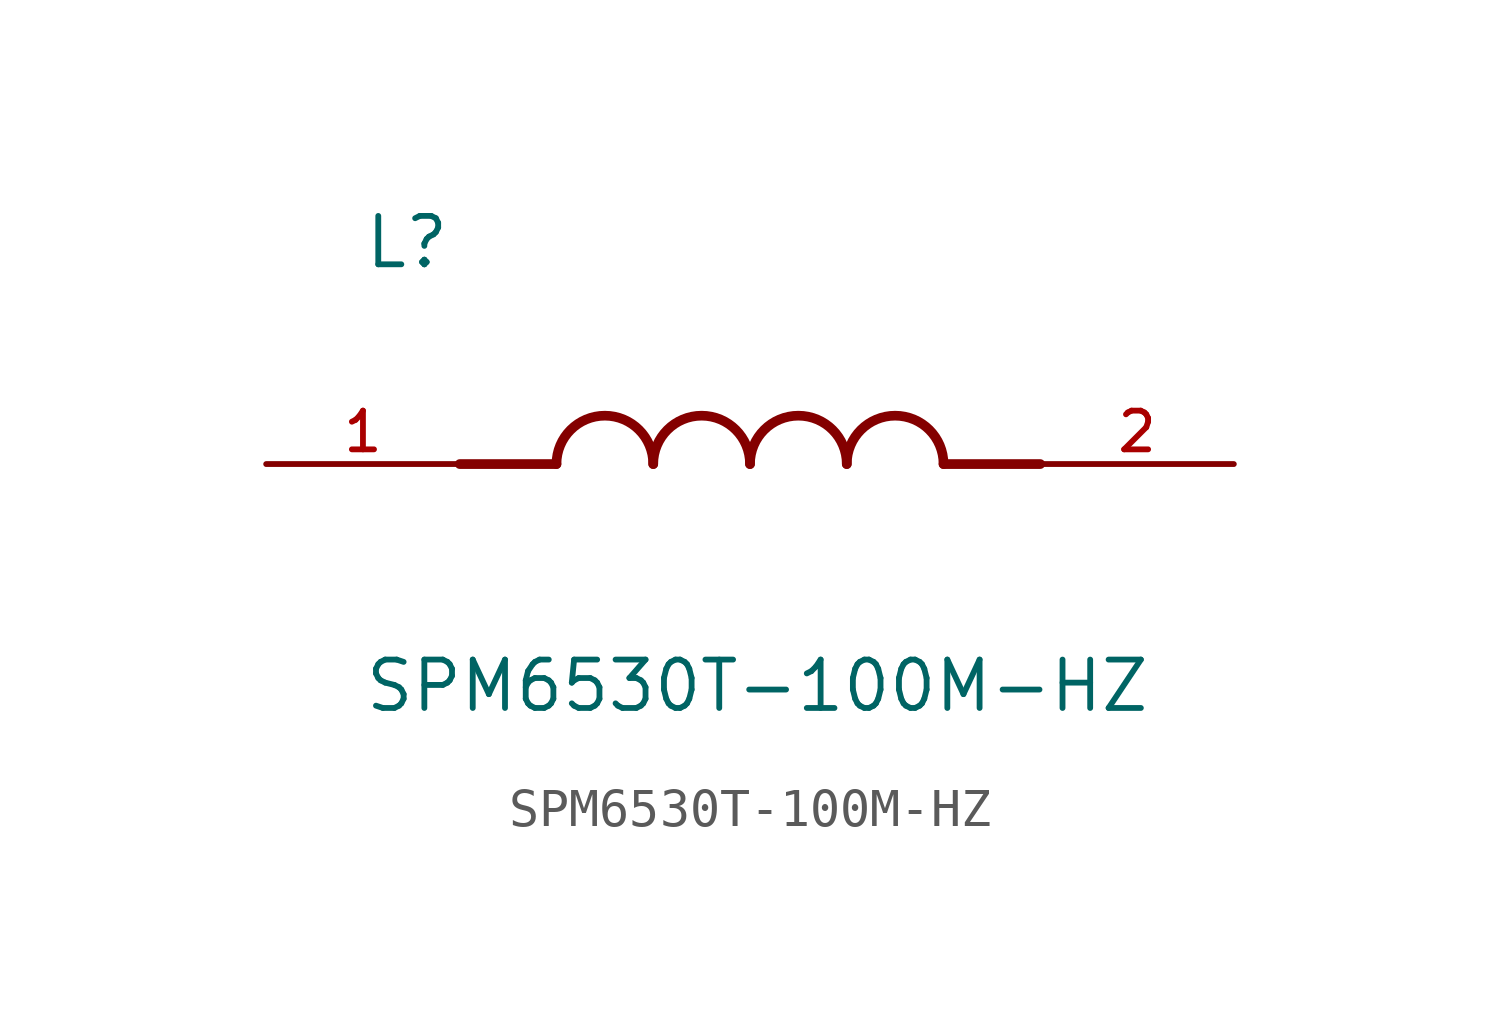
<source format=kicad_sym>
(kicad_symbol_lib
  (version 20211014)
  (generator kicad_symbol_editor)
  (symbol "SPM6530T-100M-HZ"
    (pin_names
      (offset 1.016))
    (property "Reference" "L"
      (at -10.16 5.08 0)
      (effects (font (size 1.27 1.27)) (justify bottom left)))
    (property "Value" "SPM6530T-100M-HZ"
      (at -10.16 -5.08 0)
      (effects (font (size 1.27 1.27)) (justify top left)))
    (symbol "SPM6530T-100M-HZ_0_0"
      (polyline (pts (xy -5.08 0.0) (xy -7.62 0.0)) (stroke (width 0.254)))
      (polyline (pts (xy 5.08 0.0) (xy 7.62 0.0)) (stroke (width 0.254)))
      (arc (start -2.54 0.0) (mid -3.81 1.27) (end -5.08 0.0) (stroke (width 0.254) (type default) (color 0 0 0 0)) (fill (type none)))
      (arc (start 0.0 0.0) (mid -1.27 1.27) (end -2.54 0.0) (stroke (width 0.254) (type default) (color 0 0 0 0)) (fill (type none)))
      (arc (start 2.54 0.0) (mid 1.27 1.27) (end 0.0 0.0) (stroke (width 0.254) (type default) (color 0 0 0 0)) (fill (type none)))
      (arc (start 5.08 0.0) (mid 3.81 1.27) (end 2.54 0.0) (stroke (width 0.254) (type default) (color 0 0 0 0)) (fill (type none)))
      (pin passive line (at -12.7 0.0 0) (length 5.08) (name "~" (effects (font (size 1.016 1.016)))) (number "1" (effects (font (size 1.016 1.016)))))
      (pin passive line (at 12.7 0.0 180.0) (length 5.08) (name "~" (effects (font (size 1.016 1.016)))) (number "2" (effects (font (size 1.016 1.016))))))))
</source>
